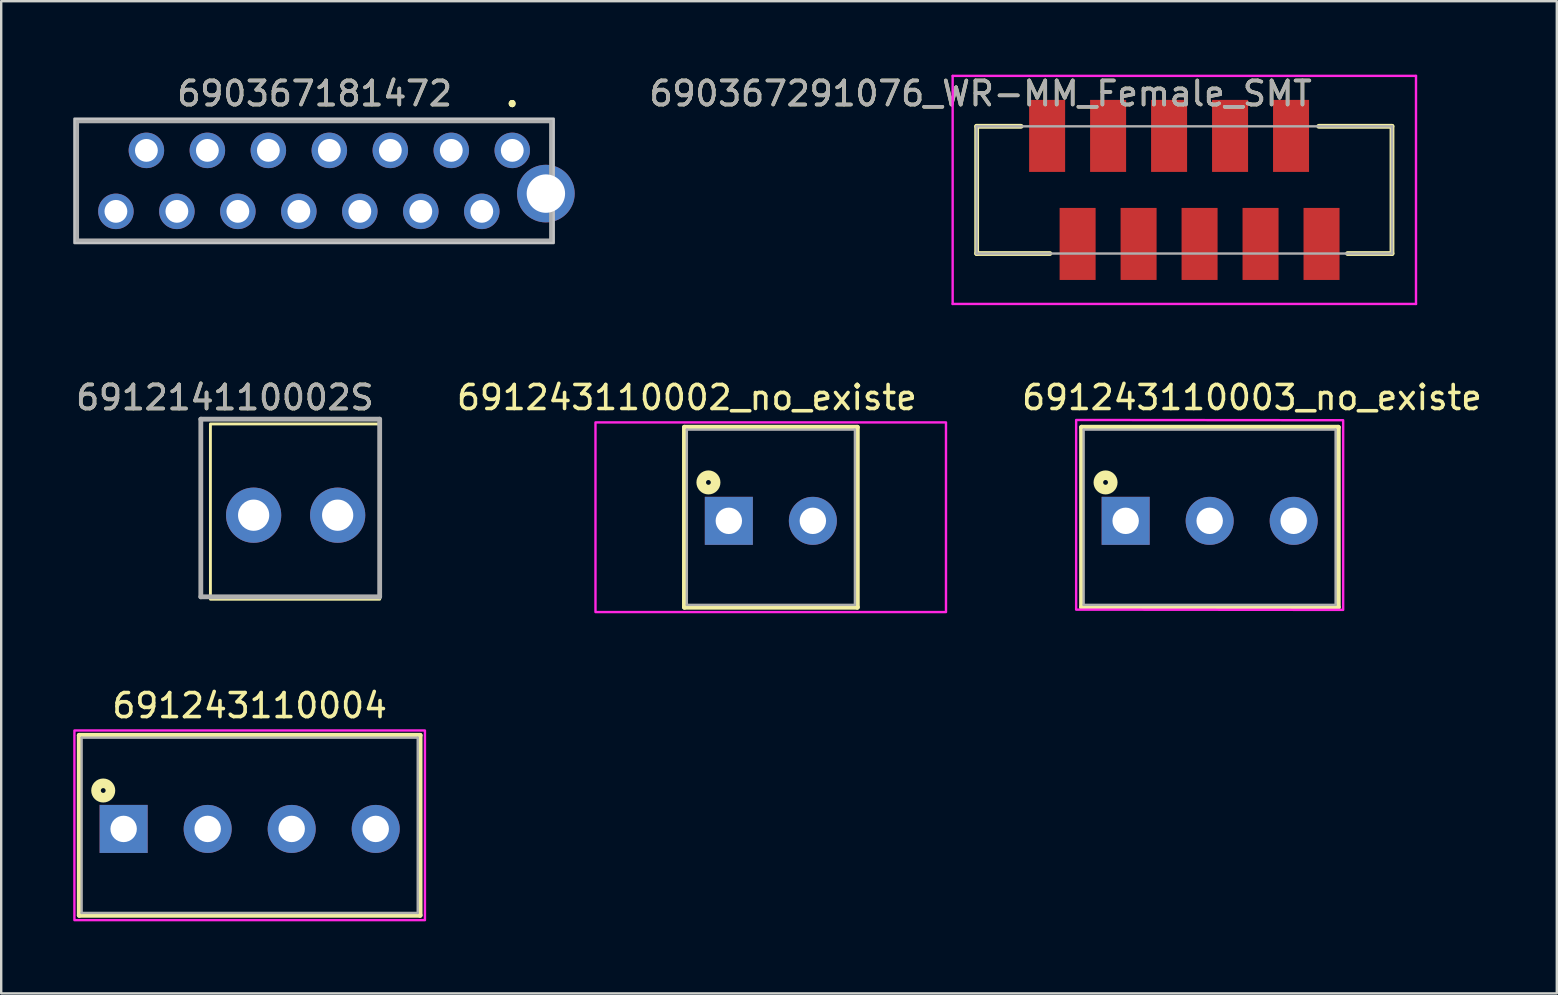
<source format=kicad_pcb>
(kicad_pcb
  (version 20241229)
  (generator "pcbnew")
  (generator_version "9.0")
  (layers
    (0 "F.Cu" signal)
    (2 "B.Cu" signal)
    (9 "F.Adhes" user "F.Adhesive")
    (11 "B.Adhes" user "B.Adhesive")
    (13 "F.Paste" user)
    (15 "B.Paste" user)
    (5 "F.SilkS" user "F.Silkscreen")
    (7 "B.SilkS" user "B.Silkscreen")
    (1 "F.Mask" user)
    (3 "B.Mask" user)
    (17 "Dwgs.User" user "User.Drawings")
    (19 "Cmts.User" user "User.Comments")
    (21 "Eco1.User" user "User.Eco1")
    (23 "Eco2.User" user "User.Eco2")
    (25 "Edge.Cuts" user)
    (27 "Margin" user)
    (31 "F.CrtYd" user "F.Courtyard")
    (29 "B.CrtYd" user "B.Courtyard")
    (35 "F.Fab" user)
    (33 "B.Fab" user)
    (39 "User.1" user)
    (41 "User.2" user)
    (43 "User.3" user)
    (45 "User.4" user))
  (footprint "690367181472"
    (layer "F.Cu")
    (at 10.058 4.484)
    (property "Reference" "690367181472" (at 0.0004 -3.636 0) (layer "F.SilkS") (effects (font (size 1 1) (thickness 0.15))))
    (attr through_hole)
    (fp_line (start -9.915 -2.5) (end -9.915 2.5) (stroke (width 0.1) (type solid)) (layer "F.SilkS"))
    (fp_line (start -9.915 -2.5) (end 9.865 -2.5) (stroke (width 0.1) (type solid)) (layer "F.SilkS"))
    (fp_line (start -9.915 2.5) (end 9.865 2.5) (stroke (width 0.1) (type solid)) (layer "F.SilkS"))
    (fp_line (start 8.23 -3.27) (end 8.23 -3.27) (stroke (width 0.2) (type solid)) (layer "F.SilkS"))
    (fp_line (start 8.23 -3.27) (end 8.23 -3.27) (stroke (width 0.2) (type solid)) (layer "F.SilkS"))
    (fp_line (start 8.23 -3.17) (end 8.23 -3.17) (stroke (width 0.2) (type solid)) (layer "F.SilkS"))
    (fp_line (start 9.865 -2.5) (end 9.865 -1.27) (stroke (width 0.1) (type solid)) (layer "F.SilkS"))
    (fp_line (start 9.865 2.5) (end 9.865 2.23) (stroke (width 0.1) (type solid)) (layer "F.SilkS"))
    (fp_arc (start 8.2296 -3.27) (mid 8.2796 -3.22) (end 8.2296 -3.17) (stroke (width 0.2) (type solid)) (layer "F.SilkS"))
    (fp_arc (start 8.2296 -3.17) (mid 8.1796 -3.22) (end 8.2296 -3.27) (stroke (width 0.2) (type solid)) (layer "F.SilkS"))
    (fp_arc (start 8.2296 -3.17) (mid 8.1796 -3.22) (end 8.2296 -3.27) (stroke (width 0.2) (type solid)) (layer "F.SilkS"))
    (fp_poly (pts (xy 9.957 2.591) (xy -10.008 2.591) (xy -10.008 -2.591) (xy 9.957 -2.591)) (stroke (width 0.1) (type solid)) (fill no) (layer "Dwgs.User"))
    (fp_line (start -9.915 -2.5) (end -9.915 2.5) (stroke (width 0.2) (type solid)) (layer "F.Fab"))
    (fp_line (start -9.915 2.5) (end 9.865 2.5) (stroke (width 0.2) (type solid)) (layer "F.Fab"))
    (fp_line (start 9.865 -2.5) (end -9.915 -2.5) (stroke (width 0.2) (type solid)) (layer "F.Fab"))
    (fp_line (start 9.865 2.5) (end 9.865 -2.5) (stroke (width 0.2) (type solid)) (layer "F.Fab"))
    (fp_text user "${REFERENCE}" (at 0.0004 -3.636 0) (layer "F.Fab") (effects (font (size 1 1) (thickness 0.15))))
    (pad "1" thru_hole circle (at 8.23 -1.27) (size 1.478 1.478) (drill 0.95) (layers "*.Cu" "*.Mask"))
    (pad "2" thru_hole circle (at 6.96 1.27) (size 1.478 1.478) (drill 0.95) (layers "*.Cu" "*.Mask"))
    (pad "3" thru_hole circle (at 5.69 -1.27) (size 1.478 1.478) (drill 0.95) (layers "*.Cu" "*.Mask"))
    (pad "4" thru_hole circle (at 4.42 1.27) (size 1.478 1.478) (drill 0.95) (layers "*.Cu" "*.Mask"))
    (pad "5" thru_hole circle (at 3.15 -1.27) (size 1.478 1.478) (drill 0.95) (layers "*.Cu" "*.Mask"))
    (pad "6" thru_hole circle (at 1.88 1.27) (size 1.478 1.478) (drill 0.95) (layers "*.Cu" "*.Mask"))
    (pad "7" thru_hole circle (at 0.61 -1.27) (size 1.478 1.478) (drill 0.95) (layers "*.Cu" "*.Mask"))
    (pad "8" thru_hole circle (at -0.66 1.27) (size 1.478 1.478) (drill 0.95) (layers "*.Cu" "*.Mask"))
    (pad "9" thru_hole circle (at -1.93 -1.27) (size 1.478 1.478) (drill 0.95) (layers "*.Cu" "*.Mask"))
    (pad "10" thru_hole circle (at -3.2 1.27) (size 1.478 1.478) (drill 0.95) (layers "*.Cu" "*.Mask"))
    (pad "11" thru_hole circle (at -4.47 -1.27) (size 1.478 1.478) (drill 0.95) (layers "*.Cu" "*.Mask"))
    (pad "12" thru_hole circle (at -5.74 1.27) (size 1.478 1.478) (drill 0.95) (layers "*.Cu" "*.Mask"))
    (pad "13" thru_hole circle (at -7.01 -1.27) (size 1.478 1.478) (drill 0.95) (layers "*.Cu" "*.Mask"))
    (pad "14" thru_hole circle (at -8.28 1.27) (size 1.478 1.478) (drill 0.95) (layers "*.Cu" "*.Mask"))
    (pad "MH1" thru_hole circle (at 9.63 0.53) (size 2.4 2.4) (drill 1.6) (layers "*.Cu" "*.Mask")))
  (footprint "691243110004"
    (layer "F.Cu")
    (at 7.35 31.478)
    (property "Reference" "691243110004" (at 0 -5.135 0) (layer "F.SilkS") (effects (font (size 1 1) (thickness 0.15))))
    (attr through_hole)
    (fp_line (start -7.1 -3.9) (end 7.1 -3.9) (stroke (width 0.2) (type solid)) (layer "F.SilkS"))
    (fp_line (start -7.1 3.6) (end -7.1 -3.9) (stroke (width 0.2) (type solid)) (layer "F.SilkS"))
    (fp_line (start 7.1 -3.9) (end 7.1 3.6) (stroke (width 0.2) (type solid)) (layer "F.SilkS"))
    (fp_line (start 7.1 3.6) (end -7.1 3.6) (stroke (width 0.2) (type solid)) (layer "F.SilkS"))
    (fp_circle (center -6.1 -1.6) (end -6 -1.6) (stroke (width 0.4) (type solid)) (fill no) (layer "F.SilkS"))
    (fp_poly (pts (xy -7.3 -4.1) (xy 7.3 -4.1) (xy 7.3 3.8) (xy -7.3 3.8)) (stroke (width 0.1) (type solid)) (fill no) (layer "F.CrtYd"))
    (fp_line (start -7 -3.8) (end 7 -3.8) (stroke (width 0.1) (type solid)) (layer "F.Fab"))
    (fp_line (start -7 3.5) (end -7 -3.8) (stroke (width 0.1) (type solid)) (layer "F.Fab"))
    (fp_line (start 7 -3.8) (end 7 3.5) (stroke (width 0.1) (type solid)) (layer "F.Fab"))
    (fp_line (start 7 3.5) (end -7 3.5) (stroke (width 0.1) (type solid)) (layer "F.Fab"))
    (pad "1" thru_hole rect (at -5.25 0) (size 2 2) (drill 1.1) (layers "*.Cu" "*.Mask"))
    (pad "2" thru_hole circle (at -1.75 0) (size 2 2) (drill 1.1) (layers "*.Cu" "*.Mask"))
    (pad "3" thru_hole circle (at 1.75 0) (size 2 2) (drill 1.1) (layers "*.Cu" "*.Mask"))
    (pad "4" thru_hole circle (at 5.25 0) (size 2 2) (drill 1.1) (layers "*.Cu" "*.Mask")))
  (footprint "691243110002_no_existe"
    (layer "F.Cu")
    (at 29.054 18.645)
    (property "Reference" "691243110002_no_existe" (at -3.493 -5.135 0) (layer "F.SilkS") (effects (font (size 1 1) (thickness 0.15))))
    (attr through_hole)
    (fp_line (start -3.595 -3.9) (end 3.607 -3.9) (stroke (width 0.2) (type solid)) (layer "F.SilkS"))
    (fp_line (start -3.595 3.6) (end -3.595 -3.9) (stroke (width 0.2) (type solid)) (layer "F.SilkS"))
    (fp_line (start 3.607 -3.9) (end 3.607 3.6) (stroke (width 0.2) (type solid)) (layer "F.SilkS"))
    (fp_line (start 3.607 3.6) (end -3.595 3.6) (stroke (width 0.2) (type solid)) (layer "F.SilkS"))
    (fp_circle (center -2.595 -1.6) (end -2.495 -1.6) (stroke (width 0.4) (type solid)) (fill no) (layer "F.SilkS"))
    (fp_poly (pts (xy -7.3 -4.1) (xy 7.3 -4.1) (xy 7.3 3.8) (xy -7.3 3.8)) (stroke (width 0.1) (type solid)) (fill no) (layer "F.CrtYd"))
    (fp_line (start -3.495 -3.8) (end 3.507 -3.8) (stroke (width 0.1) (type solid)) (layer "F.Fab"))
    (fp_line (start -3.495 3.5) (end -3.495 -3.8) (stroke (width 0.1) (type solid)) (layer "F.Fab"))
    (fp_line (start 3.507 -3.8) (end 3.507 3.5) (stroke (width 0.1) (type solid)) (layer "F.Fab"))
    (fp_line (start 3.507 3.5) (end -3.495 3.5) (stroke (width 0.1) (type solid)) (layer "F.Fab"))
    (pad "1" thru_hole rect (at -1.745 0) (size 2 2) (drill 1.1) (layers "*.Cu" "*.Mask"))
    (pad "2" thru_hole circle (at 1.755 0) (size 2 2) (drill 1.1) (layers "*.Cu" "*.Mask")))
  (footprint "691243110003_no_existe"
    (layer "F.Cu")
    (at 47.323 18.645)
    (property "Reference" "691243110003_no_existe" (at 1.778 -5.135 0) (layer "F.SilkS") (effects (font (size 1 1) (thickness 0.15))))
    (attr through_hole)
    (fp_line (start -5.322 -3.9) (end 5.373 -3.9) (stroke (width 0.2) (type solid)) (layer "F.SilkS"))
    (fp_line (start -5.322 3.6) (end -5.322 -3.9) (stroke (width 0.2) (type solid)) (layer "F.SilkS"))
    (fp_line (start 5.373 -3.9) (end 5.373 3.6) (stroke (width 0.2) (type solid)) (layer "F.SilkS"))
    (fp_line (start 5.373 3.6) (end -5.321 3.6) (stroke (width 0.2) (type solid)) (layer "F.SilkS"))
    (fp_circle (center -4.322 -1.6) (end -4.222 -1.6) (stroke (width 0.4) (type solid)) (fill no) (layer "F.SilkS"))
    (fp_poly (pts (xy -5.547 -4.201) (xy 5.575 -4.191) (xy 5.575 3.709) (xy -5.547 3.699)) (stroke (width 0.1) (type solid)) (fill no) (layer "F.CrtYd"))
    (fp_line (start -5.235 -3.8) (end 5.26 -3.8) (stroke (width 0.1) (type solid)) (layer "F.Fab"))
    (fp_line (start -5.235 3.5) (end -5.235 -3.8) (stroke (width 0.1) (type solid)) (layer "F.Fab"))
    (fp_line (start 5.26 -3.8) (end 5.26 3.5) (stroke (width 0.1) (type solid)) (layer "F.Fab"))
    (fp_line (start 5.26 3.5) (end -5.235 3.5) (stroke (width 0.1) (type solid)) (layer "F.Fab"))
    (pad "1" thru_hole rect (at -3.485 0) (size 2 2) (drill 1.1) (layers "*.Cu" "*.Mask"))
    (pad "2" thru_hole circle (at 0.015 0) (size 2 2) (drill 1.1) (layers "*.Cu" "*.Mask"))
    (pad "3" thru_hole circle (at 3.515 0) (size 2 2) (drill 1.1) (layers "*.Cu" "*.Mask")))
  (footprint "690367291076_WR-MM_Female_SMT"
    (layer "F.Cu")
    (at 46.282 4.861)
    (property "Reference" "690367291076_WR-MM_Female_SMT" (at -8.484 -4.013 0) (layer "F.SilkS") (effects (font (size 1 1) (thickness 0.15))))
    (attr smd)
    (fp_line (start -8.65 -2.65) (end -8.65 2.65) (stroke (width 0.2) (type solid)) (layer "F.SilkS"))
    (fp_line (start -8.65 2.65) (end -5.6 2.65) (stroke (width 0.2) (type solid)) (layer "F.SilkS"))
    (fp_line (start -6.8 -2.65) (end -8.65 -2.65) (stroke (width 0.2) (type solid)) (layer "F.SilkS"))
    (fp_line (start 5.6 -2.65) (end 8.65 -2.65) (stroke (width 0.2) (type solid)) (layer "F.SilkS"))
    (fp_line (start 8.65 -2.65) (end 8.65 2.65) (stroke (width 0.2) (type solid)) (layer "F.SilkS"))
    (fp_line (start 8.65 2.65) (end 6.8 2.65) (stroke (width 0.2) (type solid)) (layer "F.SilkS"))
    (fp_line (start -9.65 -4.75) (end 9.65 -4.75) (stroke (width 0.1) (type solid)) (layer "F.CrtYd"))
    (fp_line (start -9.65 4.75) (end -9.65 -4.75) (stroke (width 0.1) (type solid)) (layer "F.CrtYd"))
    (fp_line (start 9.65 -4.75) (end 9.65 4.75) (stroke (width 0.1) (type solid)) (layer "F.CrtYd"))
    (fp_line (start 9.65 4.75) (end -9.65 4.75) (stroke (width 0.1) (type solid)) (layer "F.CrtYd"))
    (fp_line (start -8.65 -2.65) (end 8.65 -2.65) (stroke (width 0.1) (type solid)) (layer "F.Fab"))
    (fp_line (start -8.65 2.65) (end -8.65 -2.65) (stroke (width 0.1) (type solid)) (layer "F.Fab"))
    (fp_line (start 8.65 -2.65) (end 8.65 2.65) (stroke (width 0.1) (type solid)) (layer "F.Fab"))
    (fp_line (start 8.65 2.65) (end -8.65 2.65) (stroke (width 0.1) (type solid)) (layer "F.Fab"))
    (fp_text user "${REFERENCE}" (at -8.484 -4.013 0) (layer "F.Fab") (effects (font (size 1 1) (thickness 0.15))))
    (pad "1" smd rect (at -5.715 -2.25) (size 1.5 3) (layers "F.Cu" "F.Mask" "F.Paste"))
    (pad "2" smd rect (at -4.445 2.25) (size 1.5 3) (layers "F.Cu" "F.Mask" "F.Paste"))
    (pad "3" smd rect (at -3.175 -2.25) (size 1.5 3) (layers "F.Cu" "F.Mask" "F.Paste"))
    (pad "4" smd rect (at -1.905 2.25) (size 1.5 3) (layers "F.Cu" "F.Mask" "F.Paste"))
    (pad "5" smd rect (at -0.635 -2.25) (size 1.5 3) (layers "F.Cu" "F.Mask" "F.Paste"))
    (pad "6" smd rect (at 0.635 2.25) (size 1.5 3) (layers "F.Cu" "F.Mask" "F.Paste"))
    (pad "7" smd rect (at 1.905 -2.25) (size 1.5 3) (layers "F.Cu" "F.Mask" "F.Paste"))
    (pad "8" smd rect (at 3.175 2.25) (size 1.5 3) (layers "F.Cu" "F.Mask" "F.Paste"))
    (pad "9" smd rect (at 4.445 -2.25) (size 1.5 3) (layers "F.Cu" "F.Mask" "F.Paste"))
    (pad "10" smd rect (at 5.715 2.25) (size 1.5 3) (layers "F.Cu" "F.Mask" "F.Paste")))
  (footprint "691214110002S"
    (layer "F.Cu")
    (at 7.515 18.41)
    (property "Reference" "691214110002S" (at -1.2 -4.9 0) (layer "F.SilkS") (effects (font (size 1 1) (thickness 0.15))))
    (attr through_hole)
    (fp_rect (start 5.25 -3.8) (end -1.8 3.5) (stroke (width 0.12) (type solid)) (fill no) (layer "F.SilkS"))
    (fp_line (start -2.2 -4) (end 5.25 -4) (stroke (width 0.2) (type solid)) (layer "F.Fab"))
    (fp_line (start -2.2 3.4) (end -2.2 -4) (stroke (width 0.2) (type solid)) (layer "F.Fab"))
    (fp_line (start 5.25 -4) (end 5.25 3.4) (stroke (width 0.2) (type solid)) (layer "F.Fab"))
    (fp_line (start 5.25 3.4) (end -2.2 3.4) (stroke (width 0.2) (type solid)) (layer "F.Fab"))
    (fp_text user "${REFERENCE}" (at -1.2 -4.9 0) (layer "F.Fab") (effects (font (size 1 1) (thickness 0.15))))
    (pad "1" thru_hole circle (at 0 0) (size 2.3 2.3) (drill 1.3) (layers "*.Cu" "*.Mask"))
    (pad "2" thru_hole circle (at 3.5 0) (size 2.3 2.3) (drill 1.3) (layers "*.Cu" "*.Mask")))
  (gr_rect
    (start -3 -3)
    (end 61.797 38.328)
    (stroke (width 0.1) (type default))
    (fill no)
    (layer "Edge.Cuts")))
</source>
